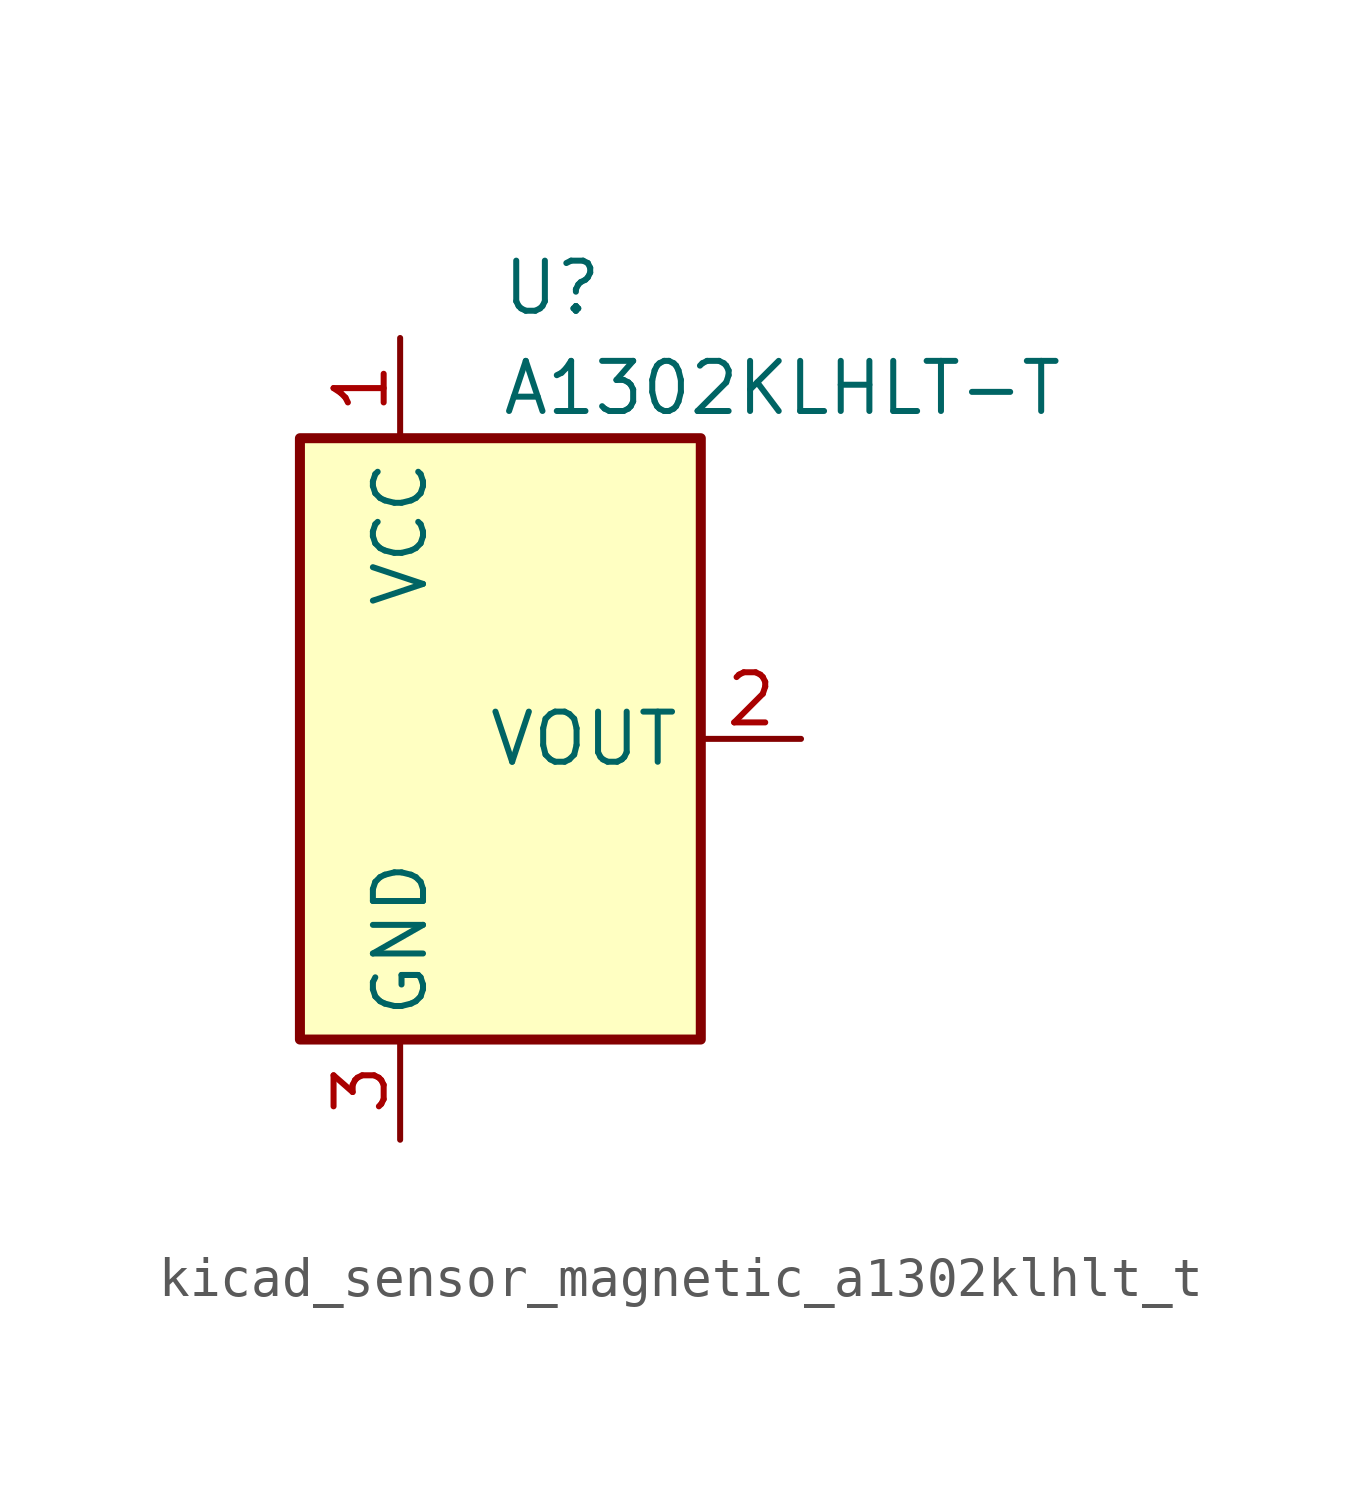
<source format=kicad_sym>
(kicad_symbol_lib
  (version 20220914)
  (generator kicad_symbol_editor)
  (symbol "kicad_sensor_magnetic_a1302klhlt_t"
    (property "Reference" "U"
      (at 0 11.43 0)
      (effects (font (size 1.27 1.27)) (justify left)))
    (property "Value" "A1302KLHLT-T"
      (at 0 8.89 0)
      (effects (font (size 1.27 1.27)) (justify left)))
    (symbol "kicad_sensor_magnetic_a1302klhlt_t_0_1"
      (rectangle (start -5.08 7.62) (end 5.08 -7.62) (stroke (width 0.254) (type default)) (fill (type background))))
    (symbol "kicad_sensor_magnetic_a1302klhlt_t_1_1"
      (pin power_in line (at -2.54 10.16 270) (length 2.54) (name "VCC" (effects (font (size 1.27 1.27)))) (number "1" (effects (font (size 1.27 1.27)))))
      (pin output line (at 7.62 0 180) (length 2.54) (name "VOUT" (effects (font (size 1.27 1.27)))) (number "2" (effects (font (size 1.27 1.27)))))
      (pin power_in line (at -2.54 -10.16 90) (length 2.54) (name "GND" (effects (font (size 1.27 1.27)))) (number "3" (effects (font (size 1.27 1.27))))))))
</source>
